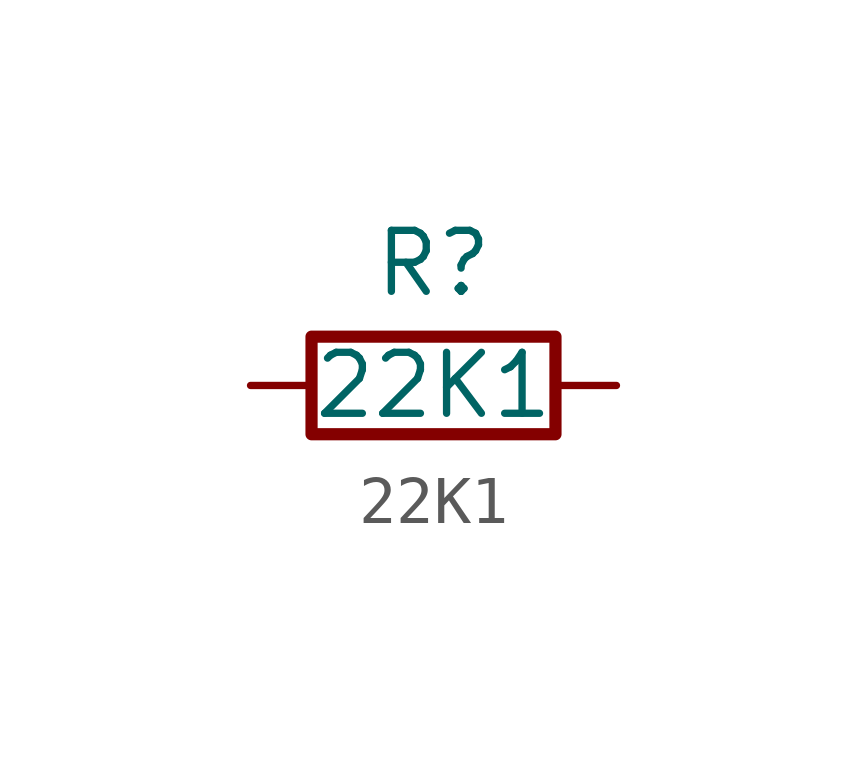
<source format=kicad_sym>
(kicad_symbol_lib
  (version 20241209)
  (generator "kicad_symbol_editor")
  (generator_version "9.0")
  (symbol "22K1"
    (pin_numbers
      (hide yes))
    (pin_names
      (offset 0))
    (property "Reference" "R"
      (at 0 2.54 0)
      (effects (font (size 1.27 1.27))))
    (property "Value" "22K1"
      (at 0 0 0)
      (effects (font (size 1.27 1.27))))
    (symbol "22K1_0_1"
      (rectangle (start 2.54 -1.016) (end -2.54 1.016) (stroke (width 0.254) (type solid)) (fill (type none))))
    (symbol "22K1_1_1"
      (pin passive line (at -3.81 0 0) (length 1.27) (name "~" (effects (font (size 1.27 1.27)))) (number "1" (effects (font (size 1.27 1.27)))))
      (pin passive line (at 3.81 0 180) (length 1.27) (name "~" (effects (font (size 1.27 1.27)))) (number "2" (effects (font (size 1.27 1.27))))))))
</source>
